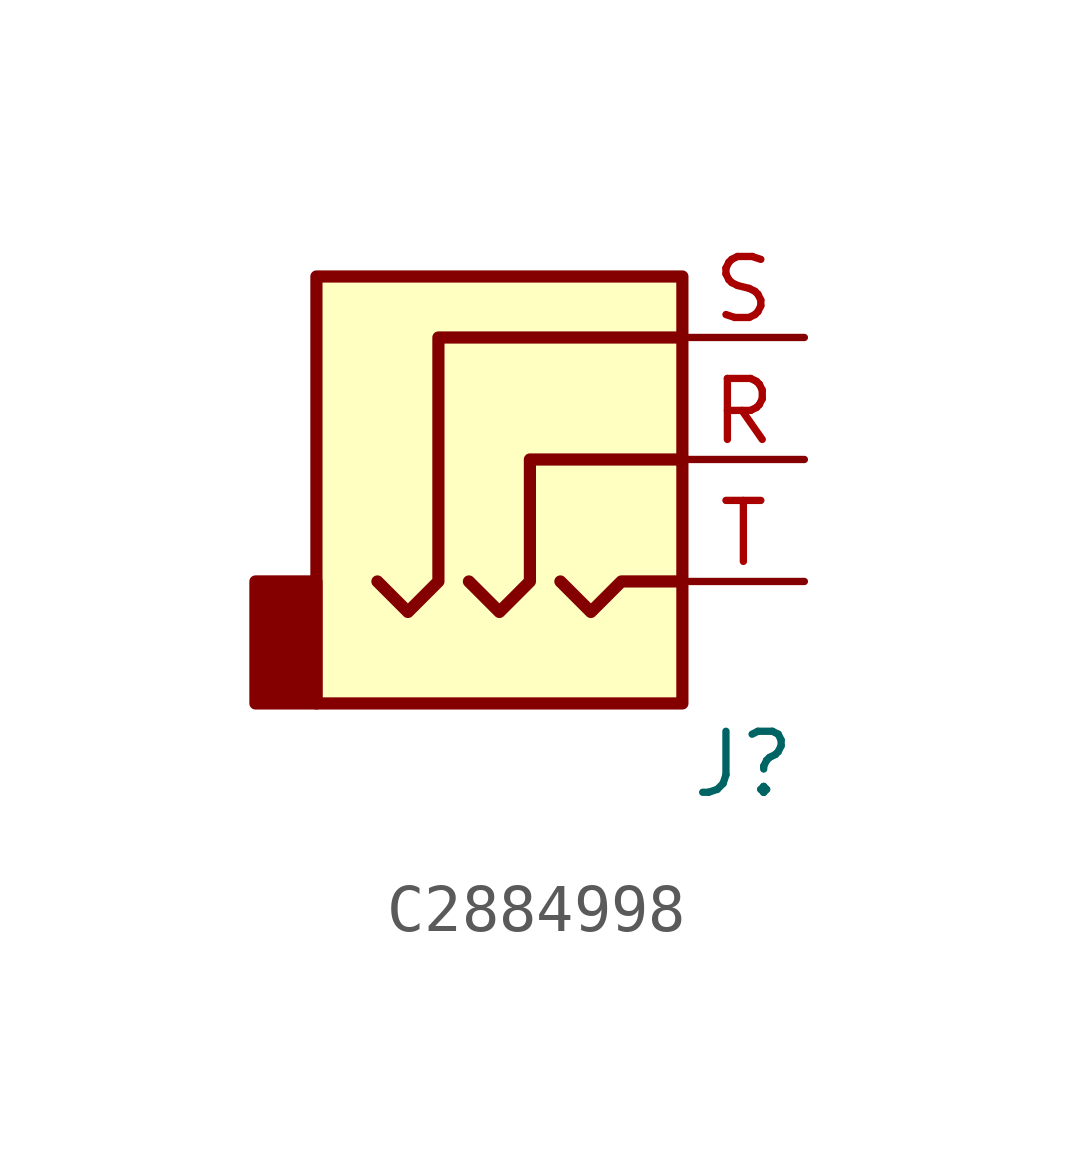
<source format=kicad_sym>
(kicad_symbol_lib
  (version 20220914)
  (generator kicad_symbol_editor)
  (symbol "C2884998"
    (property "Reference" "J"
      (at 0 0 0)
      (effects (font (size 1.27 1.27))))
    (property "Value" ""
      (at 0 0 0)
      (effects (font (size 1.27 1.27))))
    (symbol "C2884998_0_1"
      (rectangle (start -8.89 1.27) (end -10.16 3.81) (stroke (width 0.254) (type default)) (fill (type outline)))
      (rectangle (start -1.27 10.16) (end -8.89 1.27) (stroke (width 0.254) (type default)) (fill (type background)))
      (polyline (pts (xy -3.81 3.81) (xy -3.175 3.175) (xy -2.54 3.81) (xy -1.27 3.81)) (stroke (width 0.254) (type default)) (fill (type none)))
      (polyline (pts (xy -5.715 3.81) (xy -5.08 3.175) (xy -4.445 3.81) (xy -4.445 6.35) (xy -1.27 6.35)) (stroke (width 0.254) (type default)) (fill (type none)))
      (polyline (pts (xy -1.27 8.89) (xy -6.35 8.89) (xy -6.35 3.81) (xy -6.985 3.175) (xy -7.62 3.81)) (stroke (width 0.254) (type default)) (fill (type none))))
    (symbol "C2884998_1_1"
      (pin passive line (at 1.27 6.35 180) (length 2.54) (name "~" (effects (font (size 1.27 1.27)))) (number "R" (effects (font (size 1.27 1.27)))))
      (pin passive line (at 1.27 8.89 180) (length 2.54) (name "~" (effects (font (size 1.27 1.27)))) (number "S" (effects (font (size 1.27 1.27)))))
      (pin passive line (at 1.27 3.81 180) (length 2.54) (name "~" (effects (font (size 1.27 1.27)))) (number "T" (effects (font (size 1.27 1.27))))))))
</source>
